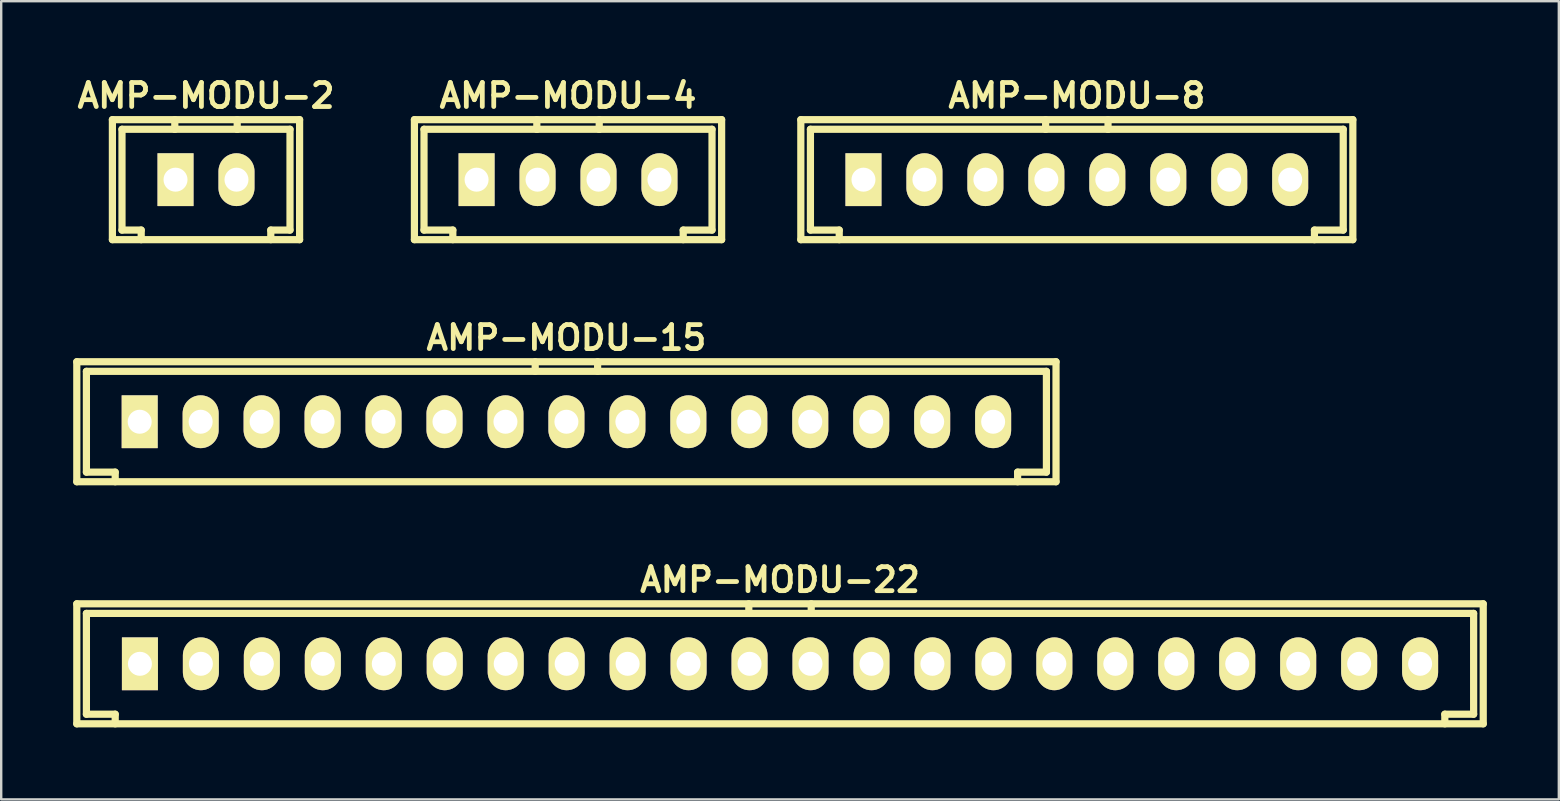
<source format=kicad_pcb>
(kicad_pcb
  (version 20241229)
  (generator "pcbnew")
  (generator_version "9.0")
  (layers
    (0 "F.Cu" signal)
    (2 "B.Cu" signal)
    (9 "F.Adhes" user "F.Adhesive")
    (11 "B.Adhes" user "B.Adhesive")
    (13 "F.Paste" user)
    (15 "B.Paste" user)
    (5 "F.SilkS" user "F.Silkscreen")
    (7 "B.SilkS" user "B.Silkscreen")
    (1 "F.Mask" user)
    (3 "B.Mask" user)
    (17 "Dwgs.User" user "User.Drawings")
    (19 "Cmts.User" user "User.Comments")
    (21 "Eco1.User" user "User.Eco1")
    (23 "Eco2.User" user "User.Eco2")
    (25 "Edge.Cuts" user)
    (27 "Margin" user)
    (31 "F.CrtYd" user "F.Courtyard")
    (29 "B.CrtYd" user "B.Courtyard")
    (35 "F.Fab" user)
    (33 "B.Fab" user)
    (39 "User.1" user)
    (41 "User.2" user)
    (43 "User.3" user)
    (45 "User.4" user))
  (footprint "AMP-MODU-15"
    (layer "F.Cu")
    (at 20.55 14.522)
    (property "Reference" "AMP-MODU-15" (at 0 -3.5 0) (layer "F.SilkS") (effects (font (size 1 1) (thickness 0.2))))
    (attr through_hole)
    (fp_line (start -20.4 -2.5) (end 20.4 -2.5) (stroke (width 0.3) (type solid)) (layer "F.SilkS"))
    (fp_line (start -20.4 2.5) (end -20.4 -2.5) (stroke (width 0.3) (type solid)) (layer "F.SilkS"))
    (fp_line (start -20.4 2.5) (end 20.4 2.5) (stroke (width 0.3) (type solid)) (layer "F.SilkS"))
    (fp_line (start -20 -2.1) (end -20 2.1) (stroke (width 0.3) (type solid)) (layer "F.SilkS"))
    (fp_line (start -18.8 2.1) (end -20 2.1) (stroke (width 0.3) (type solid)) (layer "F.SilkS"))
    (fp_line (start -18.8 2.1) (end -18.8 2.5) (stroke (width 0.3) (type solid)) (layer "F.SilkS"))
    (fp_line (start -1.3 -2.1) (end -1.3 -2.5) (stroke (width 0.3) (type solid)) (layer "F.SilkS"))
    (fp_line (start 1.3 -2.5) (end 1.3 -2.1) (stroke (width 0.3) (type solid)) (layer "F.SilkS"))
    (fp_line (start 18.8 2.5) (end 18.8 2.1) (stroke (width 0.3) (type solid)) (layer "F.SilkS"))
    (fp_line (start 20 -2.1) (end -20 -2.1) (stroke (width 0.3) (type solid)) (layer "F.SilkS"))
    (fp_line (start 20 2.1) (end 18.8 2.1) (stroke (width 0.3) (type solid)) (layer "F.SilkS"))
    (fp_line (start 20 2.1) (end 20 -2.1) (stroke (width 0.3) (type solid)) (layer "F.SilkS"))
    (fp_line (start 20.4 -2.5) (end 20.4 2.5) (stroke (width 0.3) (type solid)) (layer "F.SilkS"))
    (pad "1" thru_hole rect (at -17.78 0) (size 1.5 2.2) (drill 1) (layers "*.Cu" "*.Mask" "F.SilkS"))
    (pad "2" thru_hole oval (at -15.24 0) (size 1.5 2.2) (drill 1) (layers "*.Cu" "*.Mask" "F.SilkS"))
    (pad "3" thru_hole oval (at -12.7 0) (size 1.5 2.2) (drill 1) (layers "*.Cu" "*.Mask" "F.SilkS"))
    (pad "4" thru_hole oval (at -10.16 0) (size 1.5 2.2) (drill 1) (layers "*.Cu" "*.Mask" "F.SilkS"))
    (pad "5" thru_hole oval (at -7.62 0) (size 1.5 2.2) (drill 1) (layers "*.Cu" "*.Mask" "F.SilkS"))
    (pad "6" thru_hole oval (at -5.08 0) (size 1.5 2.2) (drill 1) (layers "*.Cu" "*.Mask" "F.SilkS"))
    (pad "7" thru_hole oval (at -2.54 0) (size 1.5 2.2) (drill 1) (layers "*.Cu" "*.Mask" "F.SilkS"))
    (pad "8" thru_hole oval (at 0 0) (size 1.5 2.2) (drill 1) (layers "*.Cu" "*.Mask" "F.SilkS"))
    (pad "9" thru_hole oval (at 2.54 0) (size 1.5 2.2) (drill 1) (layers "*.Cu" "*.Mask" "F.SilkS"))
    (pad "10" thru_hole oval (at 5.08 0) (size 1.5 2.2) (drill 1) (layers "*.Cu" "*.Mask" "F.SilkS"))
    (pad "11" thru_hole oval (at 7.62 0) (size 1.5 2.2) (drill 1) (layers "*.Cu" "*.Mask" "F.SilkS"))
    (pad "12" thru_hole oval (at 10.16 0) (size 1.5 2.2) (drill 1) (layers "*.Cu" "*.Mask" "F.SilkS"))
    (pad "13" thru_hole oval (at 12.7 0) (size 1.5 2.2) (drill 1) (layers "*.Cu" "*.Mask" "F.SilkS"))
    (pad "14" thru_hole oval (at 15.24 0) (size 1.5 2.2) (drill 1) (layers "*.Cu" "*.Mask" "F.SilkS"))
    (pad "15" thru_hole oval (at 17.78 0) (size 1.5 2.2) (drill 1) (layers "*.Cu" "*.Mask" "F.SilkS")))
  (footprint "AMP-MODU-8"
    (layer "F.Cu")
    (at 41.817 4.436)
    (property "Reference" "AMP-MODU-8" (at 0 -3.5 0) (layer "F.SilkS") (effects (font (size 1 1) (thickness 0.2))))
    (attr through_hole)
    (fp_line (start -11.5 -2.5) (end 11.5 -2.5) (stroke (width 0.3) (type solid)) (layer "F.SilkS"))
    (fp_line (start -11.5 2.5) (end -11.5 -2.5) (stroke (width 0.3) (type solid)) (layer "F.SilkS"))
    (fp_line (start -11.1 -2.1) (end -11.1 2.1) (stroke (width 0.3) (type solid)) (layer "F.SilkS"))
    (fp_line (start -9.9 2.1) (end -11.1 2.1) (stroke (width 0.3) (type solid)) (layer "F.SilkS"))
    (fp_line (start -9.9 2.1) (end -9.9 2.5) (stroke (width 0.3) (type solid)) (layer "F.SilkS"))
    (fp_line (start -1.3 -2.1) (end -11.1 -2.1) (stroke (width 0.3) (type solid)) (layer "F.SilkS"))
    (fp_line (start -1.3 -2.1) (end -1.3 -2.5) (stroke (width 0.3) (type solid)) (layer "F.SilkS"))
    (fp_line (start -1.3 -2.1) (end 1.3 -2.1) (stroke (width 0.3) (type solid)) (layer "F.SilkS"))
    (fp_line (start 1.3 -2.5) (end 1.3 -2.1) (stroke (width 0.3) (type solid)) (layer "F.SilkS"))
    (fp_line (start 9.9 2.5) (end 9.9 2.1) (stroke (width 0.3) (type solid)) (layer "F.SilkS"))
    (fp_line (start 11.1 -2.1) (end 1.3 -2.1) (stroke (width 0.3) (type solid)) (layer "F.SilkS"))
    (fp_line (start 11.1 2.1) (end 9.9 2.1) (stroke (width 0.3) (type solid)) (layer "F.SilkS"))
    (fp_line (start 11.1 2.1) (end 11.1 -2.1) (stroke (width 0.3) (type solid)) (layer "F.SilkS"))
    (fp_line (start 11.5 -2.5) (end 11.5 2.5) (stroke (width 0.3) (type solid)) (layer "F.SilkS"))
    (fp_line (start 11.5 2.5) (end -11.5 2.5) (stroke (width 0.3) (type solid)) (layer "F.SilkS"))
    (pad "1" thru_hole rect (at -8.89 0) (size 1.5 2.2) (drill 1) (layers "*.Cu" "*.Mask" "F.SilkS"))
    (pad "2" thru_hole oval (at -6.35 0) (size 1.5 2.2) (drill 1) (layers "*.Cu" "*.Mask" "F.SilkS"))
    (pad "3" thru_hole oval (at -3.81 0) (size 1.5 2.2) (drill 1) (layers "*.Cu" "*.Mask" "F.SilkS"))
    (pad "4" thru_hole oval (at -1.27 0) (size 1.5 2.2) (drill 1) (layers "*.Cu" "*.Mask" "F.SilkS"))
    (pad "5" thru_hole oval (at 1.27 0) (size 1.5 2.2) (drill 1) (layers "*.Cu" "*.Mask" "F.SilkS"))
    (pad "6" thru_hole oval (at 3.81 0) (size 1.5 2.2) (drill 1) (layers "*.Cu" "*.Mask" "F.SilkS"))
    (pad "7" thru_hole oval (at 6.35 0) (size 1.5 2.2) (drill 1) (layers "*.Cu" "*.Mask" "F.SilkS"))
    (pad "8" thru_hole oval (at 8.89 0) (size 1.5 2.2) (drill 1) (layers "*.Cu" "*.Mask" "F.SilkS")))
  (footprint "AMP-MODU-2"
    (layer "F.Cu")
    (at 5.533 4.436)
    (property "Reference" "AMP-MODU-2" (at 0 -3.5 0) (layer "F.SilkS") (effects (font (size 1 1) (thickness 0.2))))
    (attr through_hole)
    (fp_line (start -3.9 -2.5) (end 3.9 -2.5) (stroke (width 0.3) (type solid)) (layer "F.SilkS"))
    (fp_line (start -3.9 2.5) (end -3.9 -2.5) (stroke (width 0.3) (type solid)) (layer "F.SilkS"))
    (fp_line (start -3.5 -2.1) (end -3.5 2.1) (stroke (width 0.3) (type solid)) (layer "F.SilkS"))
    (fp_line (start -2.7 2.1) (end -3.5 2.1) (stroke (width 0.3) (type solid)) (layer "F.SilkS"))
    (fp_line (start -2.7 2.1) (end -2.7 2.5) (stroke (width 0.3) (type solid)) (layer "F.SilkS"))
    (fp_line (start -1.3 -2.1) (end -3.5 -2.1) (stroke (width 0.3) (type solid)) (layer "F.SilkS"))
    (fp_line (start -1.3 -2.1) (end -1.3 -2.5) (stroke (width 0.3) (type solid)) (layer "F.SilkS"))
    (fp_line (start -1.3 -2.1) (end 1.3 -2.1) (stroke (width 0.3) (type solid)) (layer "F.SilkS"))
    (fp_line (start 1.3 -2.5) (end 1.3 -2.1) (stroke (width 0.3) (type solid)) (layer "F.SilkS"))
    (fp_line (start 1.3 -2.1) (end 3.5 -2.1) (stroke (width 0.3) (type solid)) (layer "F.SilkS"))
    (fp_line (start 2.7 2.5) (end 2.7 2.1) (stroke (width 0.3) (type solid)) (layer "F.SilkS"))
    (fp_line (start 3.5 2.1) (end 2.7 2.1) (stroke (width 0.3) (type solid)) (layer "F.SilkS"))
    (fp_line (start 3.5 2.1) (end 3.5 -2.1) (stroke (width 0.3) (type solid)) (layer "F.SilkS"))
    (fp_line (start 3.9 -2.5) (end 3.9 2.5) (stroke (width 0.3) (type solid)) (layer "F.SilkS"))
    (fp_line (start 3.9 2.5) (end -3.9 2.5) (stroke (width 0.3) (type solid)) (layer "F.SilkS"))
    (pad "1" thru_hole rect (at -1.27 0) (size 1.5 2.2) (drill 1) (layers "*.Cu" "*.Mask" "F.SilkS"))
    (pad "2" thru_hole oval (at 1.27 0) (size 1.5 2.2) (drill 1) (layers "*.Cu" "*.Mask" "F.SilkS")))
  (footprint "AMP-MODU-4"
    (layer "F.Cu")
    (at 20.617 4.436)
    (property "Reference" "AMP-MODU-4" (at 0 -3.5 0) (layer "F.SilkS") (effects (font (size 1 1) (thickness 0.2))))
    (attr through_hole)
    (fp_line (start -6.4 -2.5) (end 6.4 -2.5) (stroke (width 0.3) (type solid)) (layer "F.SilkS"))
    (fp_line (start -6.4 2.5) (end -6.4 -2.5) (stroke (width 0.3) (type solid)) (layer "F.SilkS"))
    (fp_line (start -6 -2.1) (end -6 2.1) (stroke (width 0.3) (type solid)) (layer "F.SilkS"))
    (fp_line (start -4.8 2.1) (end -6 2.1) (stroke (width 0.3) (type solid)) (layer "F.SilkS"))
    (fp_line (start -4.8 2.1) (end -4.8 2.5) (stroke (width 0.3) (type solid)) (layer "F.SilkS"))
    (fp_line (start -1.3 -2.1) (end -6 -2.1) (stroke (width 0.3) (type solid)) (layer "F.SilkS"))
    (fp_line (start -1.3 -2.1) (end -1.3 -2.5) (stroke (width 0.3) (type solid)) (layer "F.SilkS"))
    (fp_line (start -1.3 -2.1) (end 1.3 -2.1) (stroke (width 0.3) (type solid)) (layer "F.SilkS"))
    (fp_line (start 1.3 -2.5) (end 1.3 -2.1) (stroke (width 0.3) (type solid)) (layer "F.SilkS"))
    (fp_line (start 4.8 2.5) (end 4.8 2.1) (stroke (width 0.3) (type solid)) (layer "F.SilkS"))
    (fp_line (start 6 -2.1) (end 1.3 -2.1) (stroke (width 0.3) (type solid)) (layer "F.SilkS"))
    (fp_line (start 6 2.1) (end 4.8 2.1) (stroke (width 0.3) (type solid)) (layer "F.SilkS"))
    (fp_line (start 6 2.1) (end 6 -2.1) (stroke (width 0.3) (type solid)) (layer "F.SilkS"))
    (fp_line (start 6.4 -2.5) (end 6.4 2.5) (stroke (width 0.3) (type solid)) (layer "F.SilkS"))
    (fp_line (start 6.4 2.5) (end -6.4 2.5) (stroke (width 0.3) (type solid)) (layer "F.SilkS"))
    (pad "1" thru_hole rect (at -3.81 0) (size 1.5 2.2) (drill 1) (layers "*.Cu" "*.Mask" "F.SilkS"))
    (pad "2" thru_hole oval (at -1.27 0) (size 1.5 2.2) (drill 1) (layers "*.Cu" "*.Mask" "F.SilkS"))
    (pad "3" thru_hole oval (at 1.27 0) (size 1.5 2.2) (drill 1) (layers "*.Cu" "*.Mask" "F.SilkS"))
    (pad "4" thru_hole oval (at 3.81 0) (size 1.5 2.2) (drill 1) (layers "*.Cu" "*.Mask" "F.SilkS")))
  (footprint "AMP-MODU-22"
    (layer "F.Cu")
    (at 29.45 24.608)
    (property "Reference" "AMP-MODU-22" (at 0 -3.5 0) (layer "F.SilkS") (effects (font (size 1 1) (thickness 0.2))))
    (attr through_hole)
    (fp_line (start -29.3 -2.5) (end 29.3 -2.5) (stroke (width 0.3) (type solid)) (layer "F.SilkS"))
    (fp_line (start -29.3 2.5) (end -29.3 -2.5) (stroke (width 0.3) (type solid)) (layer "F.SilkS"))
    (fp_line (start -29.3 2.5) (end 29.3 2.5) (stroke (width 0.3) (type solid)) (layer "F.SilkS"))
    (fp_line (start -28.9 -2.1) (end -28.9 2.1) (stroke (width 0.3) (type solid)) (layer "F.SilkS"))
    (fp_line (start -27.7 2.1) (end -28.9 2.1) (stroke (width 0.3) (type solid)) (layer "F.SilkS"))
    (fp_line (start -27.7 2.1) (end -27.7 2.5) (stroke (width 0.3) (type solid)) (layer "F.SilkS"))
    (fp_line (start -1.3 -2.1) (end -1.3 -2.5) (stroke (width 0.3) (type solid)) (layer "F.SilkS"))
    (fp_line (start 1.3 -2.5) (end 1.3 -2.1) (stroke (width 0.3) (type solid)) (layer "F.SilkS"))
    (fp_line (start 27.7 2.5) (end 27.7 2.1) (stroke (width 0.3) (type solid)) (layer "F.SilkS"))
    (fp_line (start 28.9 -2.1) (end -28.9 -2.1) (stroke (width 0.3) (type solid)) (layer "F.SilkS"))
    (fp_line (start 28.9 2.1) (end 27.7 2.1) (stroke (width 0.3) (type solid)) (layer "F.SilkS"))
    (fp_line (start 28.9 2.1) (end 28.9 -2.1) (stroke (width 0.3) (type solid)) (layer "F.SilkS"))
    (fp_line (start 29.3 -2.5) (end 29.3 2.5) (stroke (width 0.3) (type solid)) (layer "F.SilkS"))
    (pad "1" thru_hole rect (at -26.67 0) (size 1.5 2.2) (drill 1) (layers "*.Cu" "*.Mask" "F.SilkS"))
    (pad "2" thru_hole oval (at -24.13 0) (size 1.5 2.2) (drill 1) (layers "*.Cu" "*.Mask" "F.SilkS"))
    (pad "3" thru_hole oval (at -21.59 0) (size 1.5 2.2) (drill 1) (layers "*.Cu" "*.Mask" "F.SilkS"))
    (pad "4" thru_hole oval (at -19.05 0) (size 1.5 2.2) (drill 1) (layers "*.Cu" "*.Mask" "F.SilkS"))
    (pad "5" thru_hole oval (at -16.51 0) (size 1.5 2.2) (drill 1) (layers "*.Cu" "*.Mask" "F.SilkS"))
    (pad "6" thru_hole oval (at -13.97 0) (size 1.5 2.2) (drill 1) (layers "*.Cu" "*.Mask" "F.SilkS"))
    (pad "7" thru_hole oval (at -11.43 0) (size 1.5 2.2) (drill 1) (layers "*.Cu" "*.Mask" "F.SilkS"))
    (pad "8" thru_hole oval (at -8.89 0) (size 1.5 2.2) (drill 1) (layers "*.Cu" "*.Mask" "F.SilkS"))
    (pad "9" thru_hole oval (at -6.35 0) (size 1.5 2.2) (drill 1) (layers "*.Cu" "*.Mask" "F.SilkS"))
    (pad "10" thru_hole oval (at -3.81 0) (size 1.5 2.2) (drill 1) (layers "*.Cu" "*.Mask" "F.SilkS"))
    (pad "11" thru_hole oval (at -1.27 0) (size 1.5 2.2) (drill 1) (layers "*.Cu" "*.Mask" "F.SilkS"))
    (pad "12" thru_hole oval (at 1.27 0) (size 1.5 2.2) (drill 1) (layers "*.Cu" "*.Mask" "F.SilkS"))
    (pad "13" thru_hole oval (at 3.81 0) (size 1.5 2.2) (drill 1) (layers "*.Cu" "*.Mask" "F.SilkS"))
    (pad "14" thru_hole oval (at 6.35 0) (size 1.5 2.2) (drill 1) (layers "*.Cu" "*.Mask" "F.SilkS"))
    (pad "15" thru_hole oval (at 8.89 0) (size 1.5 2.2) (drill 1) (layers "*.Cu" "*.Mask" "F.SilkS"))
    (pad "16" thru_hole oval (at 11.43 0) (size 1.5 2.2) (drill 1) (layers "*.Cu" "*.Mask" "F.SilkS"))
    (pad "17" thru_hole oval (at 13.97 0) (size 1.5 2.2) (drill 1) (layers "*.Cu" "*.Mask" "F.SilkS"))
    (pad "18" thru_hole oval (at 16.51 0) (size 1.5 2.2) (drill 1) (layers "*.Cu" "*.Mask" "F.SilkS"))
    (pad "19" thru_hole oval (at 19.05 0) (size 1.5 2.2) (drill 1) (layers "*.Cu" "*.Mask" "F.SilkS"))
    (pad "20" thru_hole oval (at 21.59 0) (size 1.5 2.2) (drill 1) (layers "*.Cu" "*.Mask" "F.SilkS"))
    (pad "21" thru_hole oval (at 24.13 0) (size 1.5 2.2) (drill 1) (layers "*.Cu" "*.Mask" "F.SilkS"))
    (pad "22" thru_hole oval (at 26.67 0) (size 1.5 2.2) (drill 1) (layers "*.Cu" "*.Mask" "F.SilkS")))
  (gr_rect
    (start -3 -3)
    (end 61.9 30.258)
    (stroke (width 0.1) (type default))
    (fill no)
    (layer "Edge.Cuts")))
</source>
